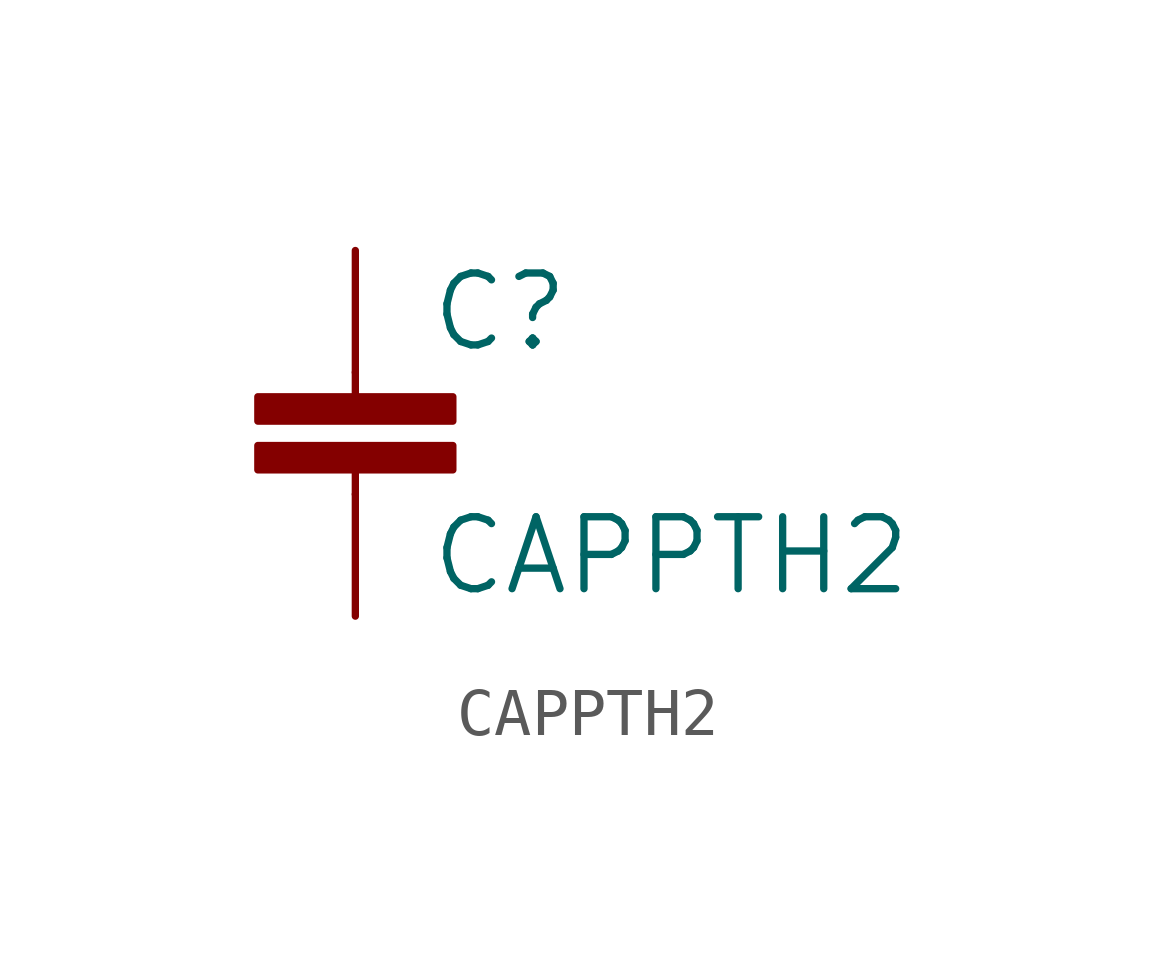
<source format=kicad_sym>
(kicad_symbol_lib
  (version 20211014)
  (generator kicad_symbol_editor)
  (symbol "CAPPTH2"
    (pin_names
      (offset 1.016))
    (property "Reference" "C"
      (at 1.524 2.921 0)
      (effects (font (size 1.499 1.499)) (justify left bottom)))
    (property "Value" "CAPPTH2"
      (at 1.524 -2.159 0)
      (effects (font (size 1.499 1.499)) (justify left bottom)))
    (property "ki_locked" ""
      (at 0 0 0)
      (effects (font (size 1.27 1.27))))
    (symbol "CAPPTH2_1_0"
      (rectangle (start -2.032 0.508) (end 2.032 1.016) (stroke (width 0) (type default) (color 0 0 0 0)) (fill (type outline)))
      (rectangle (start -2.032 1.524) (end 2.032 2.032) (stroke (width 0) (type default) (color 0 0 0 0)) (fill (type outline)))
      (polyline (pts (xy 0 0) (xy 0 0.508)) (stroke (width 0) (type default) (color 0 0 0 0)) (fill (type none)))
      (polyline (pts (xy 0 2.54) (xy 0 2.032)) (stroke (width 0) (type default) (color 0 0 0 0)) (fill (type none)))
      (pin passive line (at 0 5.08 270) (length 2.54) (name "1" (effects (font (size 0 0)))) (number "1" (effects (font (size 0 0)))))
      (pin passive line (at 0 -2.54 90) (length 2.54) (name "2" (effects (font (size 0 0)))) (number "2" (effects (font (size 0 0))))))))
</source>
